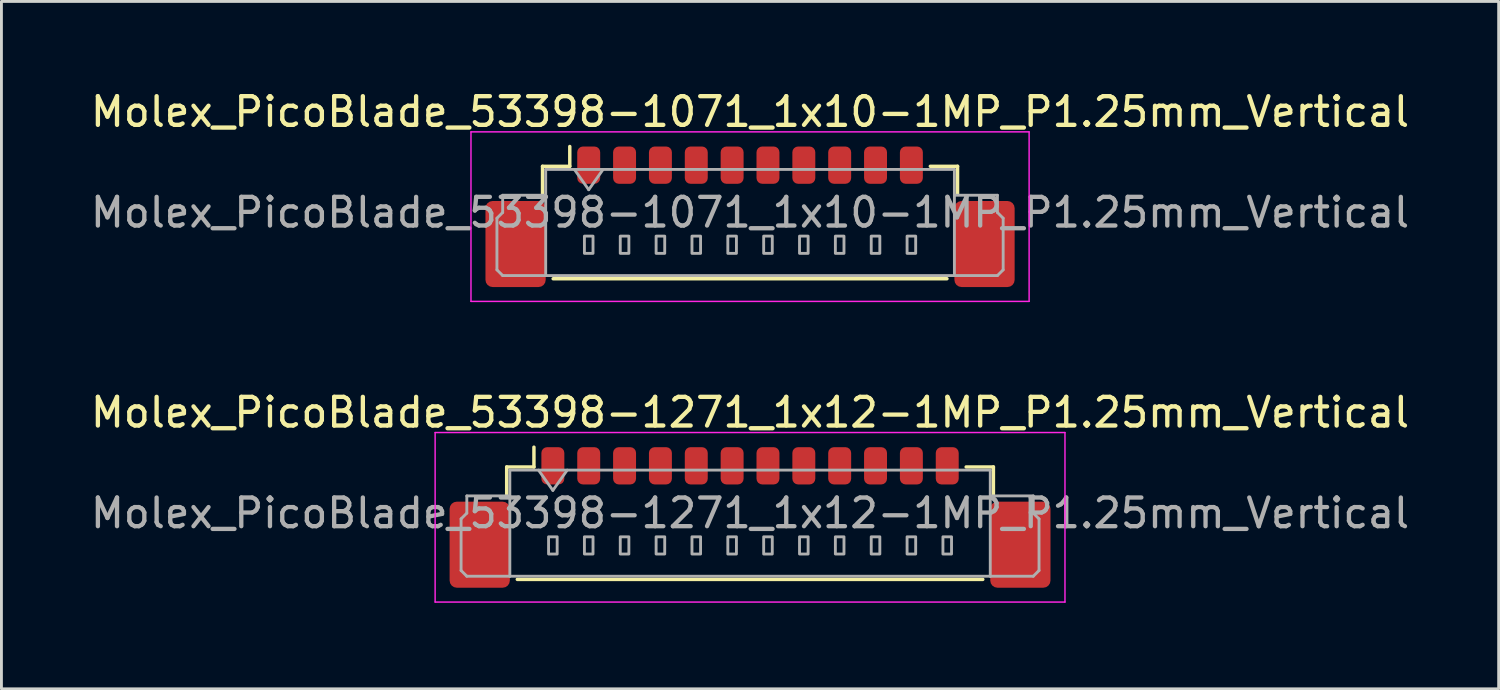
<source format=kicad_pcb>
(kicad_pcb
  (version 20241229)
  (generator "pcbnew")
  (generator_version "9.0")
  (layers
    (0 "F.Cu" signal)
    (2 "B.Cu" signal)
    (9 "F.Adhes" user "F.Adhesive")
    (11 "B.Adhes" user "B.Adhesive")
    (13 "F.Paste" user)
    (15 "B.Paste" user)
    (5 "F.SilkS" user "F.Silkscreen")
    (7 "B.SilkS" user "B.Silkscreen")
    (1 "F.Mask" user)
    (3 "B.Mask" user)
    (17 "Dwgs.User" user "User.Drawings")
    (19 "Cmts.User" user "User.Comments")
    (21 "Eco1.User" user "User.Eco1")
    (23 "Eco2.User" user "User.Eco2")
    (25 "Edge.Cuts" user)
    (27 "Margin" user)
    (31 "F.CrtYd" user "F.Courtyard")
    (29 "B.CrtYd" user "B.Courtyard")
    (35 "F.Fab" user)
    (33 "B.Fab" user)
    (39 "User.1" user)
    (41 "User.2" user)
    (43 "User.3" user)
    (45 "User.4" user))
  (footprint "Molex_PicoBlade_53398-1271_1x12-1MP_P1.25mm_Vertical"
    (layer "F.Cu")
    (at 23.101 14.441)
    (property "Reference" "Molex_PicoBlade_53398-1271_1x12-1MP_P1.25mm_Vertical" (at 0 -3.11 0) (layer "F.SilkS") (effects (font (size 1 1) (thickness 0.15))))
    (attr smd)
    (fp_line (start -8.485 -1.21) (end -7.535 -1.21) (stroke (width 0.12) (type solid)) (layer "F.SilkS"))
    (fp_line (start -8.485 -0.26) (end -8.485 -1.21) (stroke (width 0.12) (type solid)) (layer "F.SilkS"))
    (fp_line (start -8.115 2.71) (end 8.115 2.71) (stroke (width 0.12) (type solid)) (layer "F.SilkS"))
    (fp_line (start -7.535 -1.21) (end -7.535 -1.9) (stroke (width 0.12) (type solid)) (layer "F.SilkS"))
    (fp_line (start 8.485 -1.21) (end 7.535 -1.21) (stroke (width 0.12) (type solid)) (layer "F.SilkS"))
    (fp_line (start 8.485 -0.26) (end 8.485 -1.21) (stroke (width 0.12) (type solid)) (layer "F.SilkS"))
    (fp_line (start -10.98 -2.41) (end -10.98 3.5) (stroke (width 0.05) (type solid)) (layer "F.CrtYd"))
    (fp_line (start -10.98 3.5) (end 10.98 3.5) (stroke (width 0.05) (type solid)) (layer "F.CrtYd"))
    (fp_line (start 10.98 -2.41) (end -10.98 -2.41) (stroke (width 0.05) (type solid)) (layer "F.CrtYd"))
    (fp_line (start 10.98 3.5) (end 10.98 -2.41) (stroke (width 0.05) (type solid)) (layer "F.CrtYd"))
    (fp_line (start -10.075 0.6) (end -9.875 0.4) (stroke (width 0.1) (type solid)) (layer "F.Fab"))
    (fp_line (start -10.075 2.4) (end -10.075 0.6) (stroke (width 0.1) (type solid)) (layer "F.Fab"))
    (fp_line (start -9.875 -0.2) (end -8.375 -0.2) (stroke (width 0.1) (type solid)) (layer "F.Fab"))
    (fp_line (start -9.875 0.4) (end -9.875 -0.2) (stroke (width 0.1) (type solid)) (layer "F.Fab"))
    (fp_line (start -9.875 2.6) (end -10.075 2.4) (stroke (width 0.1) (type solid)) (layer "F.Fab"))
    (fp_line (start -8.375 -1.1) (end -8.375 2.6) (stroke (width 0.1) (type solid)) (layer "F.Fab"))
    (fp_line (start -8.375 -1.1) (end 8.375 -1.1) (stroke (width 0.1) (type solid)) (layer "F.Fab"))
    (fp_line (start -8.375 2.6) (end -9.875 2.6) (stroke (width 0.1) (type solid)) (layer "F.Fab"))
    (fp_line (start -8.375 2.6) (end 8.375 2.6) (stroke (width 0.1) (type solid)) (layer "F.Fab"))
    (fp_line (start -7.375 -1.1) (end -6.875 -0.393) (stroke (width 0.1) (type solid)) (layer "F.Fab"))
    (fp_line (start -6.875 -0.393) (end -6.375 -1.1) (stroke (width 0.1) (type solid)) (layer "F.Fab"))
    (fp_line (start 8.375 -1.1) (end 8.375 2.6) (stroke (width 0.1) (type solid)) (layer "F.Fab"))
    (fp_line (start 8.375 2.6) (end 9.875 2.6) (stroke (width 0.1) (type solid)) (layer "F.Fab"))
    (fp_line (start 9.875 -0.2) (end 8.375 -0.2) (stroke (width 0.1) (type solid)) (layer "F.Fab"))
    (fp_line (start 9.875 0.4) (end 9.875 -0.2) (stroke (width 0.1) (type solid)) (layer "F.Fab"))
    (fp_line (start 9.875 2.6) (end 10.075 2.4) (stroke (width 0.1) (type solid)) (layer "F.Fab"))
    (fp_line (start 10.075 0.6) (end 9.875 0.4) (stroke (width 0.1) (type solid)) (layer "F.Fab"))
    (fp_line (start 10.075 2.4) (end 10.075 0.6) (stroke (width 0.1) (type solid)) (layer "F.Fab"))
    (fp_rect (start -7.025 1.225) (end -6.725 1.825) (stroke (width 0.1) (type solid)) (fill no) (layer "F.Fab"))
    (fp_rect (start -5.775 1.225) (end -5.475 1.825) (stroke (width 0.1) (type solid)) (fill no) (layer "F.Fab"))
    (fp_rect (start -4.525 1.225) (end -4.225 1.825) (stroke (width 0.1) (type solid)) (fill no) (layer "F.Fab"))
    (fp_rect (start -3.275 1.225) (end -2.975 1.825) (stroke (width 0.1) (type solid)) (fill no) (layer "F.Fab"))
    (fp_rect (start -2.025 1.225) (end -1.725 1.825) (stroke (width 0.1) (type solid)) (fill no) (layer "F.Fab"))
    (fp_rect (start -0.775 1.225) (end -0.475 1.825) (stroke (width 0.1) (type solid)) (fill no) (layer "F.Fab"))
    (fp_rect (start 0.475 1.225) (end 0.775 1.825) (stroke (width 0.1) (type solid)) (fill no) (layer "F.Fab"))
    (fp_rect (start 1.725 1.225) (end 2.025 1.825) (stroke (width 0.1) (type solid)) (fill no) (layer "F.Fab"))
    (fp_rect (start 2.975 1.225) (end 3.275 1.825) (stroke (width 0.1) (type solid)) (fill no) (layer "F.Fab"))
    (fp_rect (start 4.225 1.225) (end 4.525 1.825) (stroke (width 0.1) (type solid)) (fill no) (layer "F.Fab"))
    (fp_rect (start 5.475 1.225) (end 5.775 1.825) (stroke (width 0.1) (type solid)) (fill no) (layer "F.Fab"))
    (fp_rect (start 6.725 1.225) (end 7.025 1.825) (stroke (width 0.1) (type solid)) (fill no) (layer "F.Fab"))
    (fp_text user "${REFERENCE}" (at 0 0.4 0) (layer "F.Fab") (effects (font (size 1 1) (thickness 0.15))))
    (pad "1" smd roundrect (at -6.875 -1.25) (size 0.8 1.3) (layers "F.Cu" "F.Mask" "F.Paste") (roundrect_rratio 0.25))
    (pad "2" smd roundrect (at -5.625 -1.25) (size 0.8 1.3) (layers "F.Cu" "F.Mask" "F.Paste") (roundrect_rratio 0.25))
    (pad "3" smd roundrect (at -4.375 -1.25) (size 0.8 1.3) (layers "F.Cu" "F.Mask" "F.Paste") (roundrect_rratio 0.25))
    (pad "4" smd roundrect (at -3.125 -1.25) (size 0.8 1.3) (layers "F.Cu" "F.Mask" "F.Paste") (roundrect_rratio 0.25))
    (pad "5" smd roundrect (at -1.875 -1.25) (size 0.8 1.3) (layers "F.Cu" "F.Mask" "F.Paste") (roundrect_rratio 0.25))
    (pad "6" smd roundrect (at -0.625 -1.25) (size 0.8 1.3) (layers "F.Cu" "F.Mask" "F.Paste") (roundrect_rratio 0.25))
    (pad "7" smd roundrect (at 0.625 -1.25) (size 0.8 1.3) (layers "F.Cu" "F.Mask" "F.Paste") (roundrect_rratio 0.25))
    (pad "8" smd roundrect (at 1.875 -1.25) (size 0.8 1.3) (layers "F.Cu" "F.Mask" "F.Paste") (roundrect_rratio 0.25))
    (pad "9" smd roundrect (at 3.125 -1.25) (size 0.8 1.3) (layers "F.Cu" "F.Mask" "F.Paste") (roundrect_rratio 0.25))
    (pad "10" smd roundrect (at 4.375 -1.25) (size 0.8 1.3) (layers "F.Cu" "F.Mask" "F.Paste") (roundrect_rratio 0.25))
    (pad "11" smd roundrect (at 5.625 -1.25) (size 0.8 1.3) (layers "F.Cu" "F.Mask" "F.Paste") (roundrect_rratio 0.25))
    (pad "12" smd roundrect (at 6.875 -1.25) (size 0.8 1.3) (layers "F.Cu" "F.Mask" "F.Paste") (roundrect_rratio 0.25))
    (pad "MP" smd roundrect (at -9.425 1.5) (size 2.1 3) (layers "F.Cu" "F.Mask" "F.Paste") (roundrect_rratio 0.119))
    (pad "MP" smd roundrect (at 9.425 1.5) (size 2.1 3) (layers "F.Cu" "F.Mask" "F.Paste") (roundrect_rratio 0.119)))
  (footprint "Molex_PicoBlade_53398-1071_1x10-1MP_P1.25mm_Vertical"
    (layer "F.Cu")
    (at 23.101 3.958)
    (property "Reference" "Molex_PicoBlade_53398-1071_1x10-1MP_P1.25mm_Vertical" (at 0 -3.11 0) (layer "F.SilkS") (effects (font (size 1 1) (thickness 0.15))))
    (attr smd)
    (fp_line (start -7.235 -1.21) (end -6.285 -1.21) (stroke (width 0.12) (type solid)) (layer "F.SilkS"))
    (fp_line (start -7.235 -0.26) (end -7.235 -1.21) (stroke (width 0.12) (type solid)) (layer "F.SilkS"))
    (fp_line (start -6.865 2.71) (end 6.865 2.71) (stroke (width 0.12) (type solid)) (layer "F.SilkS"))
    (fp_line (start -6.285 -1.21) (end -6.285 -1.9) (stroke (width 0.12) (type solid)) (layer "F.SilkS"))
    (fp_line (start 7.235 -1.21) (end 6.285 -1.21) (stroke (width 0.12) (type solid)) (layer "F.SilkS"))
    (fp_line (start 7.235 -0.26) (end 7.235 -1.21) (stroke (width 0.12) (type solid)) (layer "F.SilkS"))
    (fp_line (start -9.73 -2.41) (end -9.73 3.5) (stroke (width 0.05) (type solid)) (layer "F.CrtYd"))
    (fp_line (start -9.73 3.5) (end 9.73 3.5) (stroke (width 0.05) (type solid)) (layer "F.CrtYd"))
    (fp_line (start 9.73 -2.41) (end -9.73 -2.41) (stroke (width 0.05) (type solid)) (layer "F.CrtYd"))
    (fp_line (start 9.73 3.5) (end 9.73 -2.41) (stroke (width 0.05) (type solid)) (layer "F.CrtYd"))
    (fp_line (start -8.825 0.6) (end -8.625 0.4) (stroke (width 0.1) (type solid)) (layer "F.Fab"))
    (fp_line (start -8.825 2.4) (end -8.825 0.6) (stroke (width 0.1) (type solid)) (layer "F.Fab"))
    (fp_line (start -8.625 -0.2) (end -7.125 -0.2) (stroke (width 0.1) (type solid)) (layer "F.Fab"))
    (fp_line (start -8.625 0.4) (end -8.625 -0.2) (stroke (width 0.1) (type solid)) (layer "F.Fab"))
    (fp_line (start -8.625 2.6) (end -8.825 2.4) (stroke (width 0.1) (type solid)) (layer "F.Fab"))
    (fp_line (start -7.125 -1.1) (end -7.125 2.6) (stroke (width 0.1) (type solid)) (layer "F.Fab"))
    (fp_line (start -7.125 -1.1) (end 7.125 -1.1) (stroke (width 0.1) (type solid)) (layer "F.Fab"))
    (fp_line (start -7.125 2.6) (end -8.625 2.6) (stroke (width 0.1) (type solid)) (layer "F.Fab"))
    (fp_line (start -7.125 2.6) (end 7.125 2.6) (stroke (width 0.1) (type solid)) (layer "F.Fab"))
    (fp_line (start -6.125 -1.1) (end -5.625 -0.393) (stroke (width 0.1) (type solid)) (layer "F.Fab"))
    (fp_line (start -5.625 -0.393) (end -5.125 -1.1) (stroke (width 0.1) (type solid)) (layer "F.Fab"))
    (fp_line (start 7.125 -1.1) (end 7.125 2.6) (stroke (width 0.1) (type solid)) (layer "F.Fab"))
    (fp_line (start 7.125 2.6) (end 8.625 2.6) (stroke (width 0.1) (type solid)) (layer "F.Fab"))
    (fp_line (start 8.625 -0.2) (end 7.125 -0.2) (stroke (width 0.1) (type solid)) (layer "F.Fab"))
    (fp_line (start 8.625 0.4) (end 8.625 -0.2) (stroke (width 0.1) (type solid)) (layer "F.Fab"))
    (fp_line (start 8.625 2.6) (end 8.825 2.4) (stroke (width 0.1) (type solid)) (layer "F.Fab"))
    (fp_line (start 8.825 0.6) (end 8.625 0.4) (stroke (width 0.1) (type solid)) (layer "F.Fab"))
    (fp_line (start 8.825 2.4) (end 8.825 0.6) (stroke (width 0.1) (type solid)) (layer "F.Fab"))
    (fp_rect (start -5.775 1.225) (end -5.475 1.825) (stroke (width 0.1) (type solid)) (fill no) (layer "F.Fab"))
    (fp_rect (start -4.525 1.225) (end -4.225 1.825) (stroke (width 0.1) (type solid)) (fill no) (layer "F.Fab"))
    (fp_rect (start -3.275 1.225) (end -2.975 1.825) (stroke (width 0.1) (type solid)) (fill no) (layer "F.Fab"))
    (fp_rect (start -2.025 1.225) (end -1.725 1.825) (stroke (width 0.1) (type solid)) (fill no) (layer "F.Fab"))
    (fp_rect (start -0.775 1.225) (end -0.475 1.825) (stroke (width 0.1) (type solid)) (fill no) (layer "F.Fab"))
    (fp_rect (start 0.475 1.225) (end 0.775 1.825) (stroke (width 0.1) (type solid)) (fill no) (layer "F.Fab"))
    (fp_rect (start 1.725 1.225) (end 2.025 1.825) (stroke (width 0.1) (type solid)) (fill no) (layer "F.Fab"))
    (fp_rect (start 2.975 1.225) (end 3.275 1.825) (stroke (width 0.1) (type solid)) (fill no) (layer "F.Fab"))
    (fp_rect (start 4.225 1.225) (end 4.525 1.825) (stroke (width 0.1) (type solid)) (fill no) (layer "F.Fab"))
    (fp_rect (start 5.475 1.225) (end 5.775 1.825) (stroke (width 0.1) (type solid)) (fill no) (layer "F.Fab"))
    (fp_text user "${REFERENCE}" (at 0 0.4 0) (layer "F.Fab") (effects (font (size 1 1) (thickness 0.15))))
    (pad "1" smd roundrect (at -5.625 -1.25) (size 0.8 1.3) (layers "F.Cu" "F.Mask" "F.Paste") (roundrect_rratio 0.25))
    (pad "2" smd roundrect (at -4.375 -1.25) (size 0.8 1.3) (layers "F.Cu" "F.Mask" "F.Paste") (roundrect_rratio 0.25))
    (pad "3" smd roundrect (at -3.125 -1.25) (size 0.8 1.3) (layers "F.Cu" "F.Mask" "F.Paste") (roundrect_rratio 0.25))
    (pad "4" smd roundrect (at -1.875 -1.25) (size 0.8 1.3) (layers "F.Cu" "F.Mask" "F.Paste") (roundrect_rratio 0.25))
    (pad "5" smd roundrect (at -0.625 -1.25) (size 0.8 1.3) (layers "F.Cu" "F.Mask" "F.Paste") (roundrect_rratio 0.25))
    (pad "6" smd roundrect (at 0.625 -1.25) (size 0.8 1.3) (layers "F.Cu" "F.Mask" "F.Paste") (roundrect_rratio 0.25))
    (pad "7" smd roundrect (at 1.875 -1.25) (size 0.8 1.3) (layers "F.Cu" "F.Mask" "F.Paste") (roundrect_rratio 0.25))
    (pad "8" smd roundrect (at 3.125 -1.25) (size 0.8 1.3) (layers "F.Cu" "F.Mask" "F.Paste") (roundrect_rratio 0.25))
    (pad "9" smd roundrect (at 4.375 -1.25) (size 0.8 1.3) (layers "F.Cu" "F.Mask" "F.Paste") (roundrect_rratio 0.25))
    (pad "10" smd roundrect (at 5.625 -1.25) (size 0.8 1.3) (layers "F.Cu" "F.Mask" "F.Paste") (roundrect_rratio 0.25))
    (pad "MP" smd roundrect (at -8.175 1.5) (size 2.1 3) (layers "F.Cu" "F.Mask" "F.Paste") (roundrect_rratio 0.119))
    (pad "MP" smd roundrect (at 8.175 1.5) (size 2.1 3) (layers "F.Cu" "F.Mask" "F.Paste") (roundrect_rratio 0.119)))
  (gr_rect
    (start -3 -3)
    (end 49.202 20.966)
    (stroke (width 0.1) (type default))
    (fill no)
    (layer "Edge.Cuts")))
</source>
